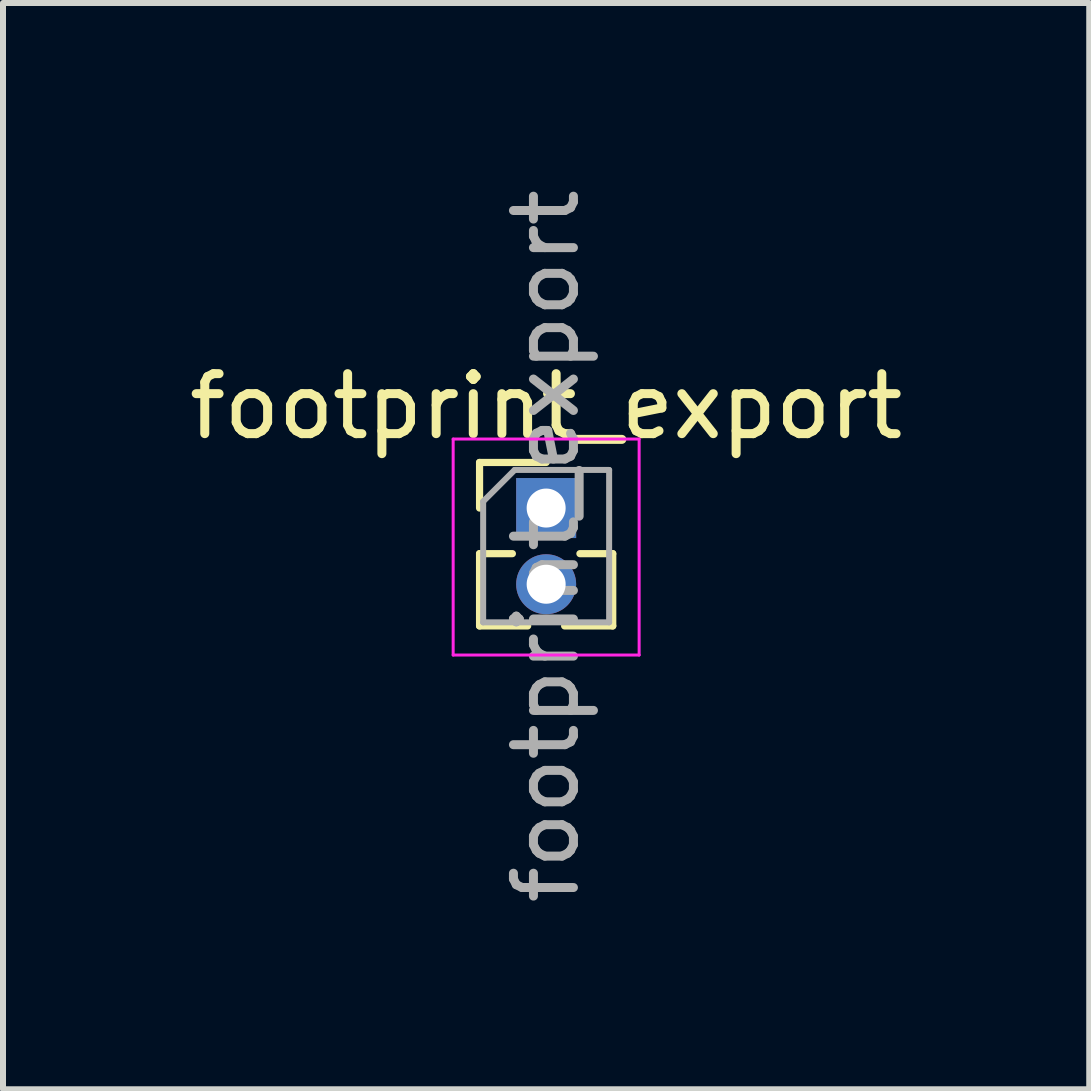
<source format=kicad_pcb>
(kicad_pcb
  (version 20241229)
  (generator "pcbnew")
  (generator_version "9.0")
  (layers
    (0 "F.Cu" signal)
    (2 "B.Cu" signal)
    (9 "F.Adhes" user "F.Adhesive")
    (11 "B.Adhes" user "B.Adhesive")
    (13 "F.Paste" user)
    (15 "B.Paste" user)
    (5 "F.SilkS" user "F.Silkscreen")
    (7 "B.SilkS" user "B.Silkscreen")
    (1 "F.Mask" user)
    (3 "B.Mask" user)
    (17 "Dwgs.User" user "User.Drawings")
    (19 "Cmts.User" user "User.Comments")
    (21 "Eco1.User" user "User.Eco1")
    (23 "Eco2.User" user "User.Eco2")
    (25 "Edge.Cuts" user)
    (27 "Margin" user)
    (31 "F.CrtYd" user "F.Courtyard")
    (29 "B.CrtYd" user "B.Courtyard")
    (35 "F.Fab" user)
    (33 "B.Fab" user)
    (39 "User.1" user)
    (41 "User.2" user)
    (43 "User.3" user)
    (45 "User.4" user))
  (footprint "footprint_export"
    (layer "F.Cu")
    (at 6.054 5.419)
    (property "Reference" "footprint_export" (at 0 -1.695 0) (layer "F.SilkS") (effects (font (size 1 1) (thickness 0.15))))
    (attr through_hole)
    (fp_line (start -1.11 -0.76) (end 0 -0.76) (stroke (width 0.12) (type solid)) (layer "F.SilkS"))
    (fp_line (start -1.11 0) (end -1.11 -0.76) (stroke (width 0.12) (type solid)) (layer "F.SilkS"))
    (fp_line (start -1.11 0.76) (end -1.11 1.965) (stroke (width 0.12) (type solid)) (layer "F.SilkS"))
    (fp_line (start -1.11 0.76) (end -0.563 0.76) (stroke (width 0.12) (type solid)) (layer "F.SilkS"))
    (fp_line (start -1.11 1.965) (end -0.308 1.965) (stroke (width 0.12) (type solid)) (layer "F.SilkS"))
    (fp_line (start 0.308 1.965) (end 1.11 1.965) (stroke (width 0.12) (type solid)) (layer "F.SilkS"))
    (fp_line (start 0.563 0.76) (end 1.11 0.76) (stroke (width 0.12) (type solid)) (layer "F.SilkS"))
    (fp_line (start 1.11 0.76) (end 1.11 1.965) (stroke (width 0.12) (type solid)) (layer "F.SilkS"))
    (fp_line (start -1.55 -1.15) (end -1.55 2.45) (stroke (width 0.05) (type solid)) (layer "F.CrtYd"))
    (fp_line (start -1.55 2.45) (end 1.55 2.45) (stroke (width 0.05) (type solid)) (layer "F.CrtYd"))
    (fp_line (start 1.55 -1.15) (end -1.55 -1.15) (stroke (width 0.05) (type solid)) (layer "F.CrtYd"))
    (fp_line (start 1.55 2.45) (end 1.55 -1.15) (stroke (width 0.05) (type solid)) (layer "F.CrtYd"))
    (fp_line (start -1.05 -0.11) (end -0.525 -0.635) (stroke (width 0.1) (type solid)) (layer "F.Fab"))
    (fp_line (start -1.05 1.905) (end -1.05 -0.11) (stroke (width 0.1) (type solid)) (layer "F.Fab"))
    (fp_line (start -0.525 -0.635) (end 1.05 -0.635) (stroke (width 0.1) (type solid)) (layer "F.Fab"))
    (fp_line (start 1.05 -0.635) (end 1.05 1.905) (stroke (width 0.1) (type solid)) (layer "F.Fab"))
    (fp_line (start 1.05 1.905) (end -1.05 1.905) (stroke (width 0.1) (type solid)) (layer "F.Fab"))
    (fp_text user "${REFERENCE}" (at 0 0.635 90) (layer "F.Fab") (effects (font (size 1 1) (thickness 0.15))))
    (pad "1" thru_hole rect (at 0 0) (size 1 1) (drill 0.65) (layers "*.Cu" "*.Mask"))
    (pad "2" thru_hole oval (at 0 1.27) (size 1 1) (drill 0.65) (layers "*.Cu" "*.Mask")))
  (gr_rect
    (start -3 -3)
    (end 15.107 15.107)
    (stroke (width 0.1) (type default))
    (fill no)
    (layer "Edge.Cuts")))
</source>
